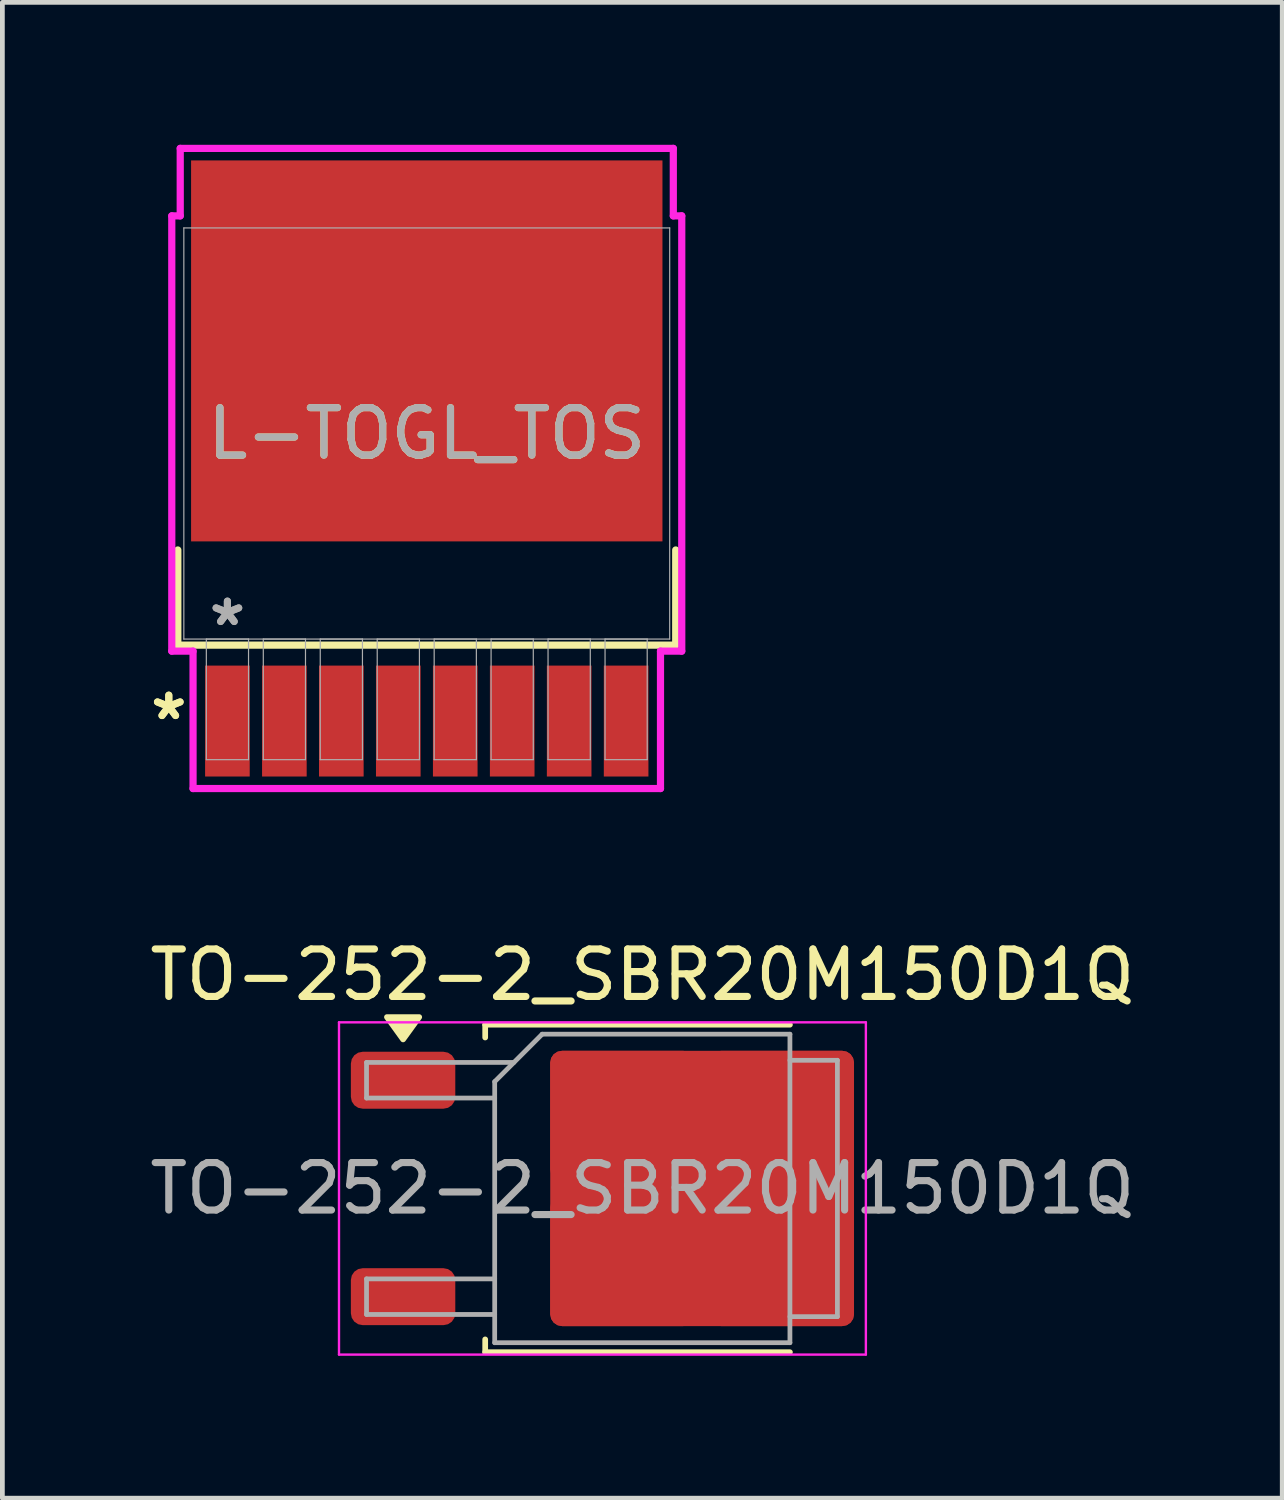
<source format=kicad_pcb>
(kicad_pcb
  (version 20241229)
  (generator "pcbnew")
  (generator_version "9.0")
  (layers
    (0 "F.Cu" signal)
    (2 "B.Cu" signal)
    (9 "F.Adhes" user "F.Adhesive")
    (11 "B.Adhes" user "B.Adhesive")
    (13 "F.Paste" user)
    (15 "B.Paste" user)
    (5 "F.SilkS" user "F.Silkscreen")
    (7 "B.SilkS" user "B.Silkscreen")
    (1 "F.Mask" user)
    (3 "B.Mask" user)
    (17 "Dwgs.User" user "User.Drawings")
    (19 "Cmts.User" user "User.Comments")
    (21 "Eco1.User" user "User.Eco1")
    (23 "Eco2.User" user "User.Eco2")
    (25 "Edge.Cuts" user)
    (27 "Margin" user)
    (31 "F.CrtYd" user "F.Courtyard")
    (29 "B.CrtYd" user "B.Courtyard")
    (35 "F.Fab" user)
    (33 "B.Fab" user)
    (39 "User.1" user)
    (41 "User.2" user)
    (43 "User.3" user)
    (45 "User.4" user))
  (footprint "TO-252-2_SBR20M150D1Q"
    (layer "F.Cu")
    (at 10.482 21.988)
    (property "Reference" "TO-252-2_SBR20M150D1Q" (at 0 -4.5 0) (layer "F.SilkS") (effects (font (size 1 1) (thickness 0.15))))
    (attr smd)
    (fp_line (start -3.31 -3.45) (end -3.31 -3.18) (stroke (width 0.12) (type solid)) (layer "F.SilkS"))
    (fp_line (start -3.31 3.45) (end -3.31 3.18) (stroke (width 0.12) (type solid)) (layer "F.SilkS"))
    (fp_line (start 3.11 -3.45) (end -3.31 -3.45) (stroke (width 0.12) (type solid)) (layer "F.SilkS"))
    (fp_line (start 3.11 3.45) (end -3.31 3.45) (stroke (width 0.12) (type solid)) (layer "F.SilkS"))
    (fp_poly (pts (xy -5.04 -3.14) (xy -5.38 -3.61) (xy -4.7 -3.61) (xy -5.04 -3.14)) (stroke (width 0.12) (type solid)) (fill yes) (layer "F.SilkS"))
    (fp_line (start -6.39 -3.5) (end -6.39 3.5) (stroke (width 0.05) (type solid)) (layer "F.CrtYd"))
    (fp_line (start -6.39 3.5) (end 4.71 3.5) (stroke (width 0.05) (type solid)) (layer "F.CrtYd"))
    (fp_line (start 4.71 -3.5) (end -6.39 -3.5) (stroke (width 0.05) (type solid)) (layer "F.CrtYd"))
    (fp_line (start 4.71 3.5) (end 4.71 -3.5) (stroke (width 0.05) (type solid)) (layer "F.CrtYd"))
    (fp_line (start -5.81 -2.655) (end -5.81 -1.905) (stroke (width 0.1) (type solid)) (layer "F.Fab"))
    (fp_line (start -5.81 -1.905) (end -3.11 -1.905) (stroke (width 0.1) (type solid)) (layer "F.Fab"))
    (fp_line (start -5.81 1.905) (end -5.81 2.655) (stroke (width 0.1) (type solid)) (layer "F.Fab"))
    (fp_line (start -5.81 2.655) (end -3.11 2.655) (stroke (width 0.1) (type solid)) (layer "F.Fab"))
    (fp_line (start -3.11 -2.25) (end -2.11 -3.25) (stroke (width 0.1) (type solid)) (layer "F.Fab"))
    (fp_line (start -3.11 1.905) (end -5.81 1.905) (stroke (width 0.1) (type solid)) (layer "F.Fab"))
    (fp_line (start -3.11 3.25) (end -3.11 -2.25) (stroke (width 0.1) (type solid)) (layer "F.Fab"))
    (fp_line (start -2.705 -2.655) (end -5.81 -2.655) (stroke (width 0.1) (type solid)) (layer "F.Fab"))
    (fp_line (start -2.11 -3.25) (end 3.11 -3.25) (stroke (width 0.1) (type solid)) (layer "F.Fab"))
    (fp_line (start 3.11 -3.25) (end 3.11 3.25) (stroke (width 0.1) (type solid)) (layer "F.Fab"))
    (fp_line (start 3.11 -2.7) (end 4.11 -2.7) (stroke (width 0.1) (type solid)) (layer "F.Fab"))
    (fp_line (start 3.11 3.25) (end -3.11 3.25) (stroke (width 0.1) (type solid)) (layer "F.Fab"))
    (fp_line (start 4.11 -2.7) (end 4.11 2.7) (stroke (width 0.1) (type solid)) (layer "F.Fab"))
    (fp_line (start 4.11 2.7) (end 3.11 2.7) (stroke (width 0.1) (type solid)) (layer "F.Fab"))
    (fp_text user "${REFERENCE}" (at 0 0 0) (layer "F.Fab") (effects (font (size 1 1) (thickness 0.15))))
    (pad "1" smd roundrect (at -5.04 -2.28) (size 2.2 1.2) (layers "F.Cu" "F.Mask" "F.Paste") (roundrect_rratio 0.208))
    (pad "2" smd roundrect (at -5.04 2.28) (size 2.2 1.2) (layers "F.Cu" "F.Mask" "F.Paste") (roundrect_rratio 0.208))
    (pad "3" smd roundrect (at -0.415 -1.525) (size 3.05 2.75) (layers "F.Cu" "F.Paste") (roundrect_rratio 0.091))
    (pad "3" smd roundrect (at -0.415 1.525) (size 3.05 2.75) (layers "F.Cu" "F.Paste") (roundrect_rratio 0.091))
    (pad "3" smd roundrect (at 1.26 0) (size 6.4 5.8) (layers "F.Cu" "F.Mask") (roundrect_rratio 0.043))
    (pad "3" smd roundrect (at 2.935 -1.525) (size 3.05 2.75) (layers "F.Cu" "F.Paste") (roundrect_rratio 0.091))
    (pad "3" smd roundrect (at 2.935 1.525) (size 3.05 2.75) (layers "F.Cu" "F.Paste") (roundrect_rratio 0.091)))
  (footprint "L-TOGL_TOS"
    (layer "F.Cu")
    (at 5.941 6.083)
    (property "Reference" "L-TOGL_TOS" (at 0 0 0) (unlocked yes) (layer "F.SilkS") (effects (font (size 1 1) (thickness 0.15))))
    (attr smd)
    (fp_line (start -5.245 2.454) (end -5.245 4.458) (stroke (width 0.152) (type solid)) (layer "F.SilkS"))
    (fp_line (start -5.245 4.458) (end 5.245 4.458) (stroke (width 0.152) (type solid)) (layer "F.SilkS"))
    (fp_line (start 5.245 4.458) (end 5.245 2.454) (stroke (width 0.152) (type solid)) (layer "F.SilkS"))
    (fp_line (start -5.372 -4.585) (end -5.194 -4.585) (stroke (width 0.152) (type solid)) (layer "F.CrtYd"))
    (fp_line (start -5.372 4.585) (end -5.372 -4.585) (stroke (width 0.152) (type solid)) (layer "F.CrtYd"))
    (fp_line (start -5.194 -6.007) (end 5.194 -6.007) (stroke (width 0.152) (type solid)) (layer "F.CrtYd"))
    (fp_line (start -5.194 -4.585) (end -5.194 -6.007) (stroke (width 0.152) (type solid)) (layer "F.CrtYd"))
    (fp_line (start -4.924 4.585) (end -5.372 4.585) (stroke (width 0.152) (type solid)) (layer "F.CrtYd"))
    (fp_line (start -4.924 7.48) (end -4.924 4.585) (stroke (width 0.152) (type solid)) (layer "F.CrtYd"))
    (fp_line (start 4.924 4.585) (end 4.924 7.48) (stroke (width 0.152) (type solid)) (layer "F.CrtYd"))
    (fp_line (start 4.924 7.48) (end -4.924 7.48) (stroke (width 0.152) (type solid)) (layer "F.CrtYd"))
    (fp_line (start 5.194 -6.007) (end 5.194 -4.585) (stroke (width 0.152) (type solid)) (layer "F.CrtYd"))
    (fp_line (start 5.194 -4.585) (end 5.372 -4.585) (stroke (width 0.152) (type solid)) (layer "F.CrtYd"))
    (fp_line (start 5.372 -4.585) (end 5.372 4.585) (stroke (width 0.152) (type solid)) (layer "F.CrtYd"))
    (fp_line (start 5.372 4.585) (end 4.924 4.585) (stroke (width 0.152) (type solid)) (layer "F.CrtYd"))
    (fp_line (start -5.118 -4.331) (end -5.118 4.331) (stroke (width 0.025) (type solid)) (layer "F.Fab"))
    (fp_line (start -5.118 4.331) (end 5.118 4.331) (stroke (width 0.025) (type solid)) (layer "F.Fab"))
    (fp_line (start -4.644 4.331) (end -4.644 6.871) (stroke (width 0.025) (type solid)) (layer "F.Fab"))
    (fp_line (start -4.644 6.871) (end -3.755 6.871) (stroke (width 0.025) (type solid)) (layer "F.Fab"))
    (fp_line (start -3.755 4.331) (end -4.644 4.331) (stroke (width 0.025) (type solid)) (layer "F.Fab"))
    (fp_line (start -3.755 6.871) (end -3.755 4.331) (stroke (width 0.025) (type solid)) (layer "F.Fab"))
    (fp_line (start -3.444 4.331) (end -3.444 6.871) (stroke (width 0.025) (type solid)) (layer "F.Fab"))
    (fp_line (start -3.444 6.871) (end -2.555 6.871) (stroke (width 0.025) (type solid)) (layer "F.Fab"))
    (fp_line (start -2.555 4.331) (end -3.444 4.331) (stroke (width 0.025) (type solid)) (layer "F.Fab"))
    (fp_line (start -2.555 6.871) (end -2.555 4.331) (stroke (width 0.025) (type solid)) (layer "F.Fab"))
    (fp_line (start -2.244 4.331) (end -2.244 6.871) (stroke (width 0.025) (type solid)) (layer "F.Fab"))
    (fp_line (start -2.244 6.871) (end -1.355 6.871) (stroke (width 0.025) (type solid)) (layer "F.Fab"))
    (fp_line (start -1.355 4.331) (end -2.244 4.331) (stroke (width 0.025) (type solid)) (layer "F.Fab"))
    (fp_line (start -1.355 6.871) (end -1.355 4.331) (stroke (width 0.025) (type solid)) (layer "F.Fab"))
    (fp_line (start -1.044 4.331) (end -1.044 6.871) (stroke (width 0.025) (type solid)) (layer "F.Fab"))
    (fp_line (start -1.044 6.871) (end -0.155 6.871) (stroke (width 0.025) (type solid)) (layer "F.Fab"))
    (fp_line (start -0.155 4.331) (end -1.044 4.331) (stroke (width 0.025) (type solid)) (layer "F.Fab"))
    (fp_line (start -0.155 6.871) (end -0.155 4.331) (stroke (width 0.025) (type solid)) (layer "F.Fab"))
    (fp_line (start 0.156 4.331) (end 0.156 6.871) (stroke (width 0.025) (type solid)) (layer "F.Fab"))
    (fp_line (start 0.156 6.871) (end 1.045 6.871) (stroke (width 0.025) (type solid)) (layer "F.Fab"))
    (fp_line (start 1.045 4.331) (end 0.156 4.331) (stroke (width 0.025) (type solid)) (layer "F.Fab"))
    (fp_line (start 1.045 6.871) (end 1.045 4.331) (stroke (width 0.025) (type solid)) (layer "F.Fab"))
    (fp_line (start 1.355 4.331) (end 1.355 6.871) (stroke (width 0.025) (type solid)) (layer "F.Fab"))
    (fp_line (start 1.355 6.871) (end 2.244 6.871) (stroke (width 0.025) (type solid)) (layer "F.Fab"))
    (fp_line (start 2.244 4.331) (end 1.355 4.331) (stroke (width 0.025) (type solid)) (layer "F.Fab"))
    (fp_line (start 2.244 6.871) (end 2.244 4.331) (stroke (width 0.025) (type solid)) (layer "F.Fab"))
    (fp_line (start 2.555 4.331) (end 2.555 6.871) (stroke (width 0.025) (type solid)) (layer "F.Fab"))
    (fp_line (start 2.555 6.871) (end 3.445 6.871) (stroke (width 0.025) (type solid)) (layer "F.Fab"))
    (fp_line (start 3.445 4.331) (end 2.555 4.331) (stroke (width 0.025) (type solid)) (layer "F.Fab"))
    (fp_line (start 3.445 6.871) (end 3.445 4.331) (stroke (width 0.025) (type solid)) (layer "F.Fab"))
    (fp_line (start 3.756 4.331) (end 3.756 6.871) (stroke (width 0.025) (type solid)) (layer "F.Fab"))
    (fp_line (start 3.756 6.871) (end 4.644 6.871) (stroke (width 0.025) (type solid)) (layer "F.Fab"))
    (fp_line (start 4.644 4.331) (end 3.756 4.331) (stroke (width 0.025) (type solid)) (layer "F.Fab"))
    (fp_line (start 4.644 6.871) (end 4.644 4.331) (stroke (width 0.025) (type solid)) (layer "F.Fab"))
    (fp_line (start 5.118 -4.331) (end -5.118 -4.331) (stroke (width 0.025) (type solid)) (layer "F.Fab"))
    (fp_line (start 5.118 4.331) (end 5.118 -4.331) (stroke (width 0.025) (type solid)) (layer "F.Fab"))
    (fp_text user "*" (at -5.435 6.058 0) (unlocked yes) (layer "F.SilkS") (effects (font (size 1 1) (thickness 0.15))))
    (fp_text user "*" (at -5.435 6.058 0) (layer "F.SilkS") (effects (font (size 1 1) (thickness 0.15))))
    (fp_text user "*" (at -4.2 4.077 0) (layer "F.Fab") (effects (font (size 1 1) (thickness 0.15))))
    (fp_text user "${REFERENCE}" (at 0 0 0) (unlocked yes) (layer "F.Fab") (effects (font (size 1 1) (thickness 0.15))))
    (fp_text user "*" (at -4.2 4.077 0) (unlocked yes) (layer "F.Fab") (effects (font (size 1 1) (thickness 0.15))))
    (pad "1" smd rect (at -4.2 6.058) (size 0.94 2.337) (layers "F.Cu" "F.Mask" "F.Paste"))
    (pad "2" smd rect (at -3 6.058) (size 0.94 2.337) (layers "F.Cu" "F.Mask" "F.Paste"))
    (pad "3" smd rect (at -1.8 6.058) (size 0.94 2.337) (layers "F.Cu" "F.Mask" "F.Paste"))
    (pad "4" smd rect (at -0.6 6.058) (size 0.94 2.337) (layers "F.Cu" "F.Mask" "F.Paste"))
    (pad "5" smd rect (at 0.6 6.058) (size 0.94 2.337) (layers "F.Cu" "F.Mask" "F.Paste"))
    (pad "6" smd rect (at 1.8 6.058) (size 0.94 2.337) (layers "F.Cu" "F.Mask" "F.Paste"))
    (pad "7" smd rect (at 3 6.058) (size 0.94 2.337) (layers "F.Cu" "F.Mask" "F.Paste"))
    (pad "8" smd rect (at 4.2 6.058) (size 0.94 2.337) (layers "F.Cu" "F.Mask" "F.Paste"))
    (pad "9" smd rect (at 0 -1.74) (size 9.931 8.026) (layers "F.Cu" "F.Mask" "F.Paste")))
  (gr_rect
    (start -3 -3)
    (end 23.964 28.513)
    (stroke (width 0.1) (type default))
    (fill no)
    (layer "Edge.Cuts")))
</source>
